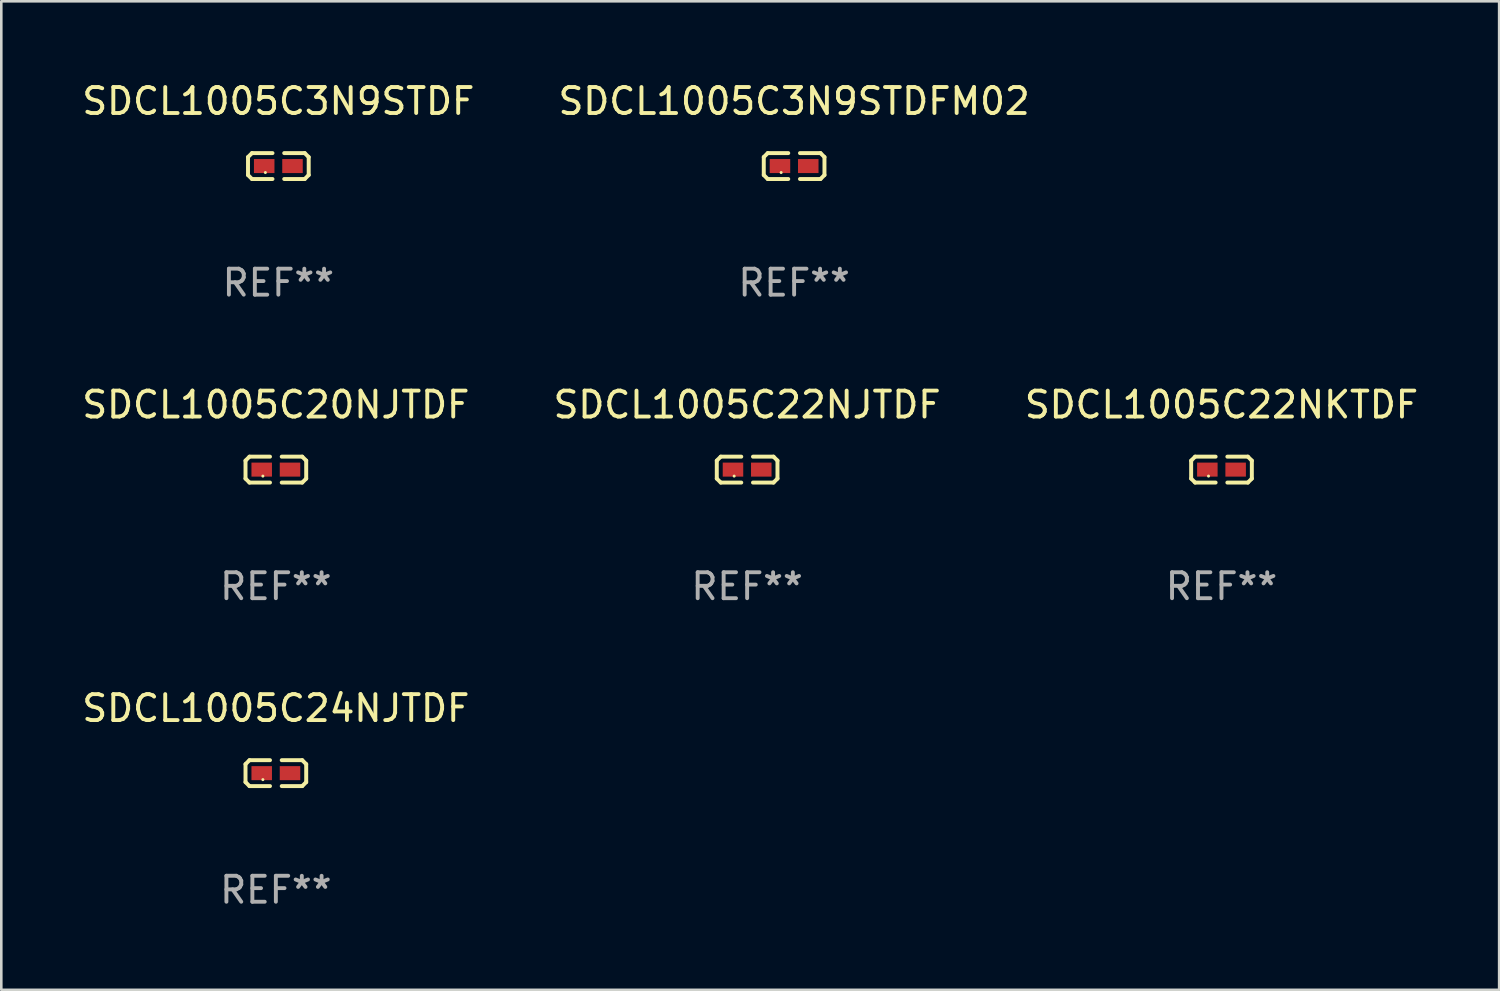
<source format=kicad_pcb>
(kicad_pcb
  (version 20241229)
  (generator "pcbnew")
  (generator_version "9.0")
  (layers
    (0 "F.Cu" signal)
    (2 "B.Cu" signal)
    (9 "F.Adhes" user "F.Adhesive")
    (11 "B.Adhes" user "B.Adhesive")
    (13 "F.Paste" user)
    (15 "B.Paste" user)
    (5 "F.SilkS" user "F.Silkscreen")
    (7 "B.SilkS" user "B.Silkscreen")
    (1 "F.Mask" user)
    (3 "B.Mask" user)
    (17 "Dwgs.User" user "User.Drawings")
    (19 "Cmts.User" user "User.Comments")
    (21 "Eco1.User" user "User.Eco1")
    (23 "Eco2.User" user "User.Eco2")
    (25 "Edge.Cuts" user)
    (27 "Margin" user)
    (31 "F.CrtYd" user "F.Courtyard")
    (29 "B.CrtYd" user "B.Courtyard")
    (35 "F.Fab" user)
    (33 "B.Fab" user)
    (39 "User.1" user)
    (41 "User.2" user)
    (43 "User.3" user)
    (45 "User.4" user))
  (footprint "SDCL1005C20NJTDF"
    (layer "F.Cu")
    (at 7.577 15.041)
    (property "Reference" "SDCL1005C20NJTDF" (at 0 -2.499 0) (layer "F.SilkS") (effects (font (size 1 1) (thickness 0.15))))
    (attr through_hole)
    (fp_line (start -1.169 -0.346) (end -1.016 -0.499) (stroke (width 0.152) (type solid)) (layer "F.SilkS"))
    (fp_line (start -1.169 0.346) (end -1.169 -0.346) (stroke (width 0.152) (type solid)) (layer "F.SilkS"))
    (fp_line (start -1.016 -0.499) (end -0.226 -0.499) (stroke (width 0.152) (type solid)) (layer "F.SilkS"))
    (fp_line (start -1.016 0.499) (end -1.169 0.346) (stroke (width 0.152) (type solid)) (layer "F.SilkS"))
    (fp_line (start -0.226 0.499) (end -1.016 0.499) (stroke (width 0.152) (type solid)) (layer "F.SilkS"))
    (fp_line (start 0.226 0.499) (end 1.016 0.499) (stroke (width 0.152) (type solid)) (layer "F.SilkS"))
    (fp_line (start 1.016 -0.499) (end 0.226 -0.499) (stroke (width 0.152) (type solid)) (layer "F.SilkS"))
    (fp_line (start 1.016 0.499) (end 1.169 0.346) (stroke (width 0.152) (type solid)) (layer "F.SilkS"))
    (fp_line (start 1.169 -0.346) (end 1.016 -0.499) (stroke (width 0.152) (type solid)) (layer "F.SilkS"))
    (fp_line (start 1.169 0.346) (end 1.169 -0.346) (stroke (width 0.152) (type solid)) (layer "F.SilkS"))
    (fp_circle (center -0.5 0.25) (end -0.47 0.25) (stroke (width 0.06) (type solid)) (fill no) (layer "F.SilkS"))
    (fp_text user "REF**" (at 0 4.499 0) (layer "F.Fab") (effects (font (size 1 1) (thickness 0.15))))
    (pad "1" smd rect (at -0.545 0) (size 0.79 0.54) (layers "F.Cu" "F.Mask" "F.Paste"))
    (pad "2" smd rect (at 0.545 0) (size 0.79 0.54) (layers "F.Cu" "F.Mask" "F.Paste")))
  (footprint "SDCL1005C22NKTDF"
    (layer "F.Cu")
    (at 44.006 15.041)
    (property "Reference" "SDCL1005C22NKTDF" (at 0 -2.499 0) (layer "F.SilkS") (effects (font (size 1 1) (thickness 0.15))))
    (attr through_hole)
    (fp_line (start -1.169 -0.346) (end -1.016 -0.499) (stroke (width 0.152) (type solid)) (layer "F.SilkS"))
    (fp_line (start -1.169 0.346) (end -1.169 -0.346) (stroke (width 0.152) (type solid)) (layer "F.SilkS"))
    (fp_line (start -1.016 -0.499) (end -0.226 -0.499) (stroke (width 0.152) (type solid)) (layer "F.SilkS"))
    (fp_line (start -1.016 0.499) (end -1.169 0.346) (stroke (width 0.152) (type solid)) (layer "F.SilkS"))
    (fp_line (start -0.226 0.499) (end -1.016 0.499) (stroke (width 0.152) (type solid)) (layer "F.SilkS"))
    (fp_line (start 0.226 0.499) (end 1.016 0.499) (stroke (width 0.152) (type solid)) (layer "F.SilkS"))
    (fp_line (start 1.016 -0.499) (end 0.226 -0.499) (stroke (width 0.152) (type solid)) (layer "F.SilkS"))
    (fp_line (start 1.016 0.499) (end 1.169 0.346) (stroke (width 0.152) (type solid)) (layer "F.SilkS"))
    (fp_line (start 1.169 -0.346) (end 1.016 -0.499) (stroke (width 0.152) (type solid)) (layer "F.SilkS"))
    (fp_line (start 1.169 0.346) (end 1.169 -0.346) (stroke (width 0.152) (type solid)) (layer "F.SilkS"))
    (fp_circle (center -0.5 0.25) (end -0.47 0.25) (stroke (width 0.06) (type solid)) (fill no) (layer "F.SilkS"))
    (fp_text user "REF**" (at 0 4.499 0) (layer "F.Fab") (effects (font (size 1 1) (thickness 0.15))))
    (pad "1" smd rect (at -0.545 0) (size 0.79 0.54) (layers "F.Cu" "F.Mask" "F.Paste"))
    (pad "2" smd rect (at 0.545 0) (size 0.79 0.54) (layers "F.Cu" "F.Mask" "F.Paste")))
  (footprint "SDCL1005C3N9STDF"
    (layer "F.Cu")
    (at 7.673 3.347)
    (property "Reference" "SDCL1005C3N9STDF" (at 0 -2.499 0) (layer "F.SilkS") (effects (font (size 1 1) (thickness 0.15))))
    (attr through_hole)
    (fp_line (start -1.169 -0.346) (end -1.016 -0.499) (stroke (width 0.152) (type solid)) (layer "F.SilkS"))
    (fp_line (start -1.169 0.346) (end -1.169 -0.346) (stroke (width 0.152) (type solid)) (layer "F.SilkS"))
    (fp_line (start -1.016 -0.499) (end -0.226 -0.499) (stroke (width 0.152) (type solid)) (layer "F.SilkS"))
    (fp_line (start -1.016 0.499) (end -1.169 0.346) (stroke (width 0.152) (type solid)) (layer "F.SilkS"))
    (fp_line (start -0.226 0.499) (end -1.016 0.499) (stroke (width 0.152) (type solid)) (layer "F.SilkS"))
    (fp_line (start 0.226 0.499) (end 1.016 0.499) (stroke (width 0.152) (type solid)) (layer "F.SilkS"))
    (fp_line (start 1.016 -0.499) (end 0.226 -0.499) (stroke (width 0.152) (type solid)) (layer "F.SilkS"))
    (fp_line (start 1.016 0.499) (end 1.169 0.346) (stroke (width 0.152) (type solid)) (layer "F.SilkS"))
    (fp_line (start 1.169 -0.346) (end 1.016 -0.499) (stroke (width 0.152) (type solid)) (layer "F.SilkS"))
    (fp_line (start 1.169 0.346) (end 1.169 -0.346) (stroke (width 0.152) (type solid)) (layer "F.SilkS"))
    (fp_circle (center -0.5 0.25) (end -0.47 0.25) (stroke (width 0.06) (type solid)) (fill no) (layer "F.SilkS"))
    (fp_text user "REF**" (at 0 4.499 0) (layer "F.Fab") (effects (font (size 1 1) (thickness 0.15))))
    (pad "1" smd rect (at -0.545 0) (size 0.79 0.54) (layers "F.Cu" "F.Mask" "F.Paste"))
    (pad "2" smd rect (at 0.545 0) (size 0.79 0.54) (layers "F.Cu" "F.Mask" "F.Paste")))
  (footprint "SDCL1005C24NJTDF"
    (layer "F.Cu")
    (at 7.577 26.734)
    (property "Reference" "SDCL1005C24NJTDF" (at 0 -2.499 0) (layer "F.SilkS") (effects (font (size 1 1) (thickness 0.15))))
    (attr through_hole)
    (fp_line (start -1.169 -0.346) (end -1.016 -0.499) (stroke (width 0.152) (type solid)) (layer "F.SilkS"))
    (fp_line (start -1.169 0.346) (end -1.169 -0.346) (stroke (width 0.152) (type solid)) (layer "F.SilkS"))
    (fp_line (start -1.016 -0.499) (end -0.226 -0.499) (stroke (width 0.152) (type solid)) (layer "F.SilkS"))
    (fp_line (start -1.016 0.499) (end -1.169 0.346) (stroke (width 0.152) (type solid)) (layer "F.SilkS"))
    (fp_line (start -0.226 0.499) (end -1.016 0.499) (stroke (width 0.152) (type solid)) (layer "F.SilkS"))
    (fp_line (start 0.226 0.499) (end 1.016 0.499) (stroke (width 0.152) (type solid)) (layer "F.SilkS"))
    (fp_line (start 1.016 -0.499) (end 0.226 -0.499) (stroke (width 0.152) (type solid)) (layer "F.SilkS"))
    (fp_line (start 1.016 0.499) (end 1.169 0.346) (stroke (width 0.152) (type solid)) (layer "F.SilkS"))
    (fp_line (start 1.169 -0.346) (end 1.016 -0.499) (stroke (width 0.152) (type solid)) (layer "F.SilkS"))
    (fp_line (start 1.169 0.346) (end 1.169 -0.346) (stroke (width 0.152) (type solid)) (layer "F.SilkS"))
    (fp_circle (center -0.5 0.25) (end -0.47 0.25) (stroke (width 0.06) (type solid)) (fill no) (layer "F.SilkS"))
    (fp_text user "REF**" (at 0 4.499 0) (layer "F.Fab") (effects (font (size 1 1) (thickness 0.15))))
    (pad "1" smd rect (at -0.545 0) (size 0.79 0.54) (layers "F.Cu" "F.Mask" "F.Paste"))
    (pad "2" smd rect (at 0.545 0) (size 0.79 0.54) (layers "F.Cu" "F.Mask" "F.Paste")))
  (footprint "SDCL1005C3N9STDFM02"
    (layer "F.Cu")
    (at 27.542 3.347)
    (property "Reference" "SDCL1005C3N9STDFM02" (at 0 -2.499 0) (layer "F.SilkS") (effects (font (size 1 1) (thickness 0.15))))
    (attr through_hole)
    (fp_line (start -1.169 -0.346) (end -1.016 -0.499) (stroke (width 0.152) (type solid)) (layer "F.SilkS"))
    (fp_line (start -1.169 0.346) (end -1.169 -0.346) (stroke (width 0.152) (type solid)) (layer "F.SilkS"))
    (fp_line (start -1.016 -0.499) (end -0.226 -0.499) (stroke (width 0.152) (type solid)) (layer "F.SilkS"))
    (fp_line (start -1.016 0.499) (end -1.169 0.346) (stroke (width 0.152) (type solid)) (layer "F.SilkS"))
    (fp_line (start -0.226 0.499) (end -1.016 0.499) (stroke (width 0.152) (type solid)) (layer "F.SilkS"))
    (fp_line (start 0.226 0.499) (end 1.016 0.499) (stroke (width 0.152) (type solid)) (layer "F.SilkS"))
    (fp_line (start 1.016 -0.499) (end 0.226 -0.499) (stroke (width 0.152) (type solid)) (layer "F.SilkS"))
    (fp_line (start 1.016 0.499) (end 1.169 0.346) (stroke (width 0.152) (type solid)) (layer "F.SilkS"))
    (fp_line (start 1.169 -0.346) (end 1.016 -0.499) (stroke (width 0.152) (type solid)) (layer "F.SilkS"))
    (fp_line (start 1.169 0.346) (end 1.169 -0.346) (stroke (width 0.152) (type solid)) (layer "F.SilkS"))
    (fp_circle (center -0.5 0.25) (end -0.47 0.25) (stroke (width 0.06) (type solid)) (fill no) (layer "F.SilkS"))
    (fp_text user "REF**" (at 0 4.499 0) (layer "F.Fab") (effects (font (size 1 1) (thickness 0.15))))
    (pad "1" smd rect (at -0.545 0) (size 0.79 0.54) (layers "F.Cu" "F.Mask" "F.Paste"))
    (pad "2" smd rect (at 0.545 0) (size 0.79 0.54) (layers "F.Cu" "F.Mask" "F.Paste")))
  (footprint "SDCL1005C22NJTDF"
    (layer "F.Cu")
    (at 25.732 15.041)
    (property "Reference" "SDCL1005C22NJTDF" (at 0 -2.499 0) (layer "F.SilkS") (effects (font (size 1 1) (thickness 0.15))))
    (attr through_hole)
    (fp_line (start -1.169 -0.346) (end -1.016 -0.499) (stroke (width 0.152) (type solid)) (layer "F.SilkS"))
    (fp_line (start -1.169 0.346) (end -1.169 -0.346) (stroke (width 0.152) (type solid)) (layer "F.SilkS"))
    (fp_line (start -1.016 -0.499) (end -0.226 -0.499) (stroke (width 0.152) (type solid)) (layer "F.SilkS"))
    (fp_line (start -1.016 0.499) (end -1.169 0.346) (stroke (width 0.152) (type solid)) (layer "F.SilkS"))
    (fp_line (start -0.226 0.499) (end -1.016 0.499) (stroke (width 0.152) (type solid)) (layer "F.SilkS"))
    (fp_line (start 0.226 0.499) (end 1.016 0.499) (stroke (width 0.152) (type solid)) (layer "F.SilkS"))
    (fp_line (start 1.016 -0.499) (end 0.226 -0.499) (stroke (width 0.152) (type solid)) (layer "F.SilkS"))
    (fp_line (start 1.016 0.499) (end 1.169 0.346) (stroke (width 0.152) (type solid)) (layer "F.SilkS"))
    (fp_line (start 1.169 -0.346) (end 1.016 -0.499) (stroke (width 0.152) (type solid)) (layer "F.SilkS"))
    (fp_line (start 1.169 0.346) (end 1.169 -0.346) (stroke (width 0.152) (type solid)) (layer "F.SilkS"))
    (fp_circle (center -0.5 0.25) (end -0.47 0.25) (stroke (width 0.06) (type solid)) (fill no) (layer "F.SilkS"))
    (fp_text user "REF**" (at 0 4.499 0) (layer "F.Fab") (effects (font (size 1 1) (thickness 0.15))))
    (pad "1" smd rect (at -0.545 0) (size 0.79 0.54) (layers "F.Cu" "F.Mask" "F.Paste"))
    (pad "2" smd rect (at 0.545 0) (size 0.79 0.54) (layers "F.Cu" "F.Mask" "F.Paste")))
  (gr_rect
    (start -3 -3)
    (end 54.702 35.081)
    (stroke (width 0.1) (type default))
    (fill no)
    (layer "Edge.Cuts")))
</source>
